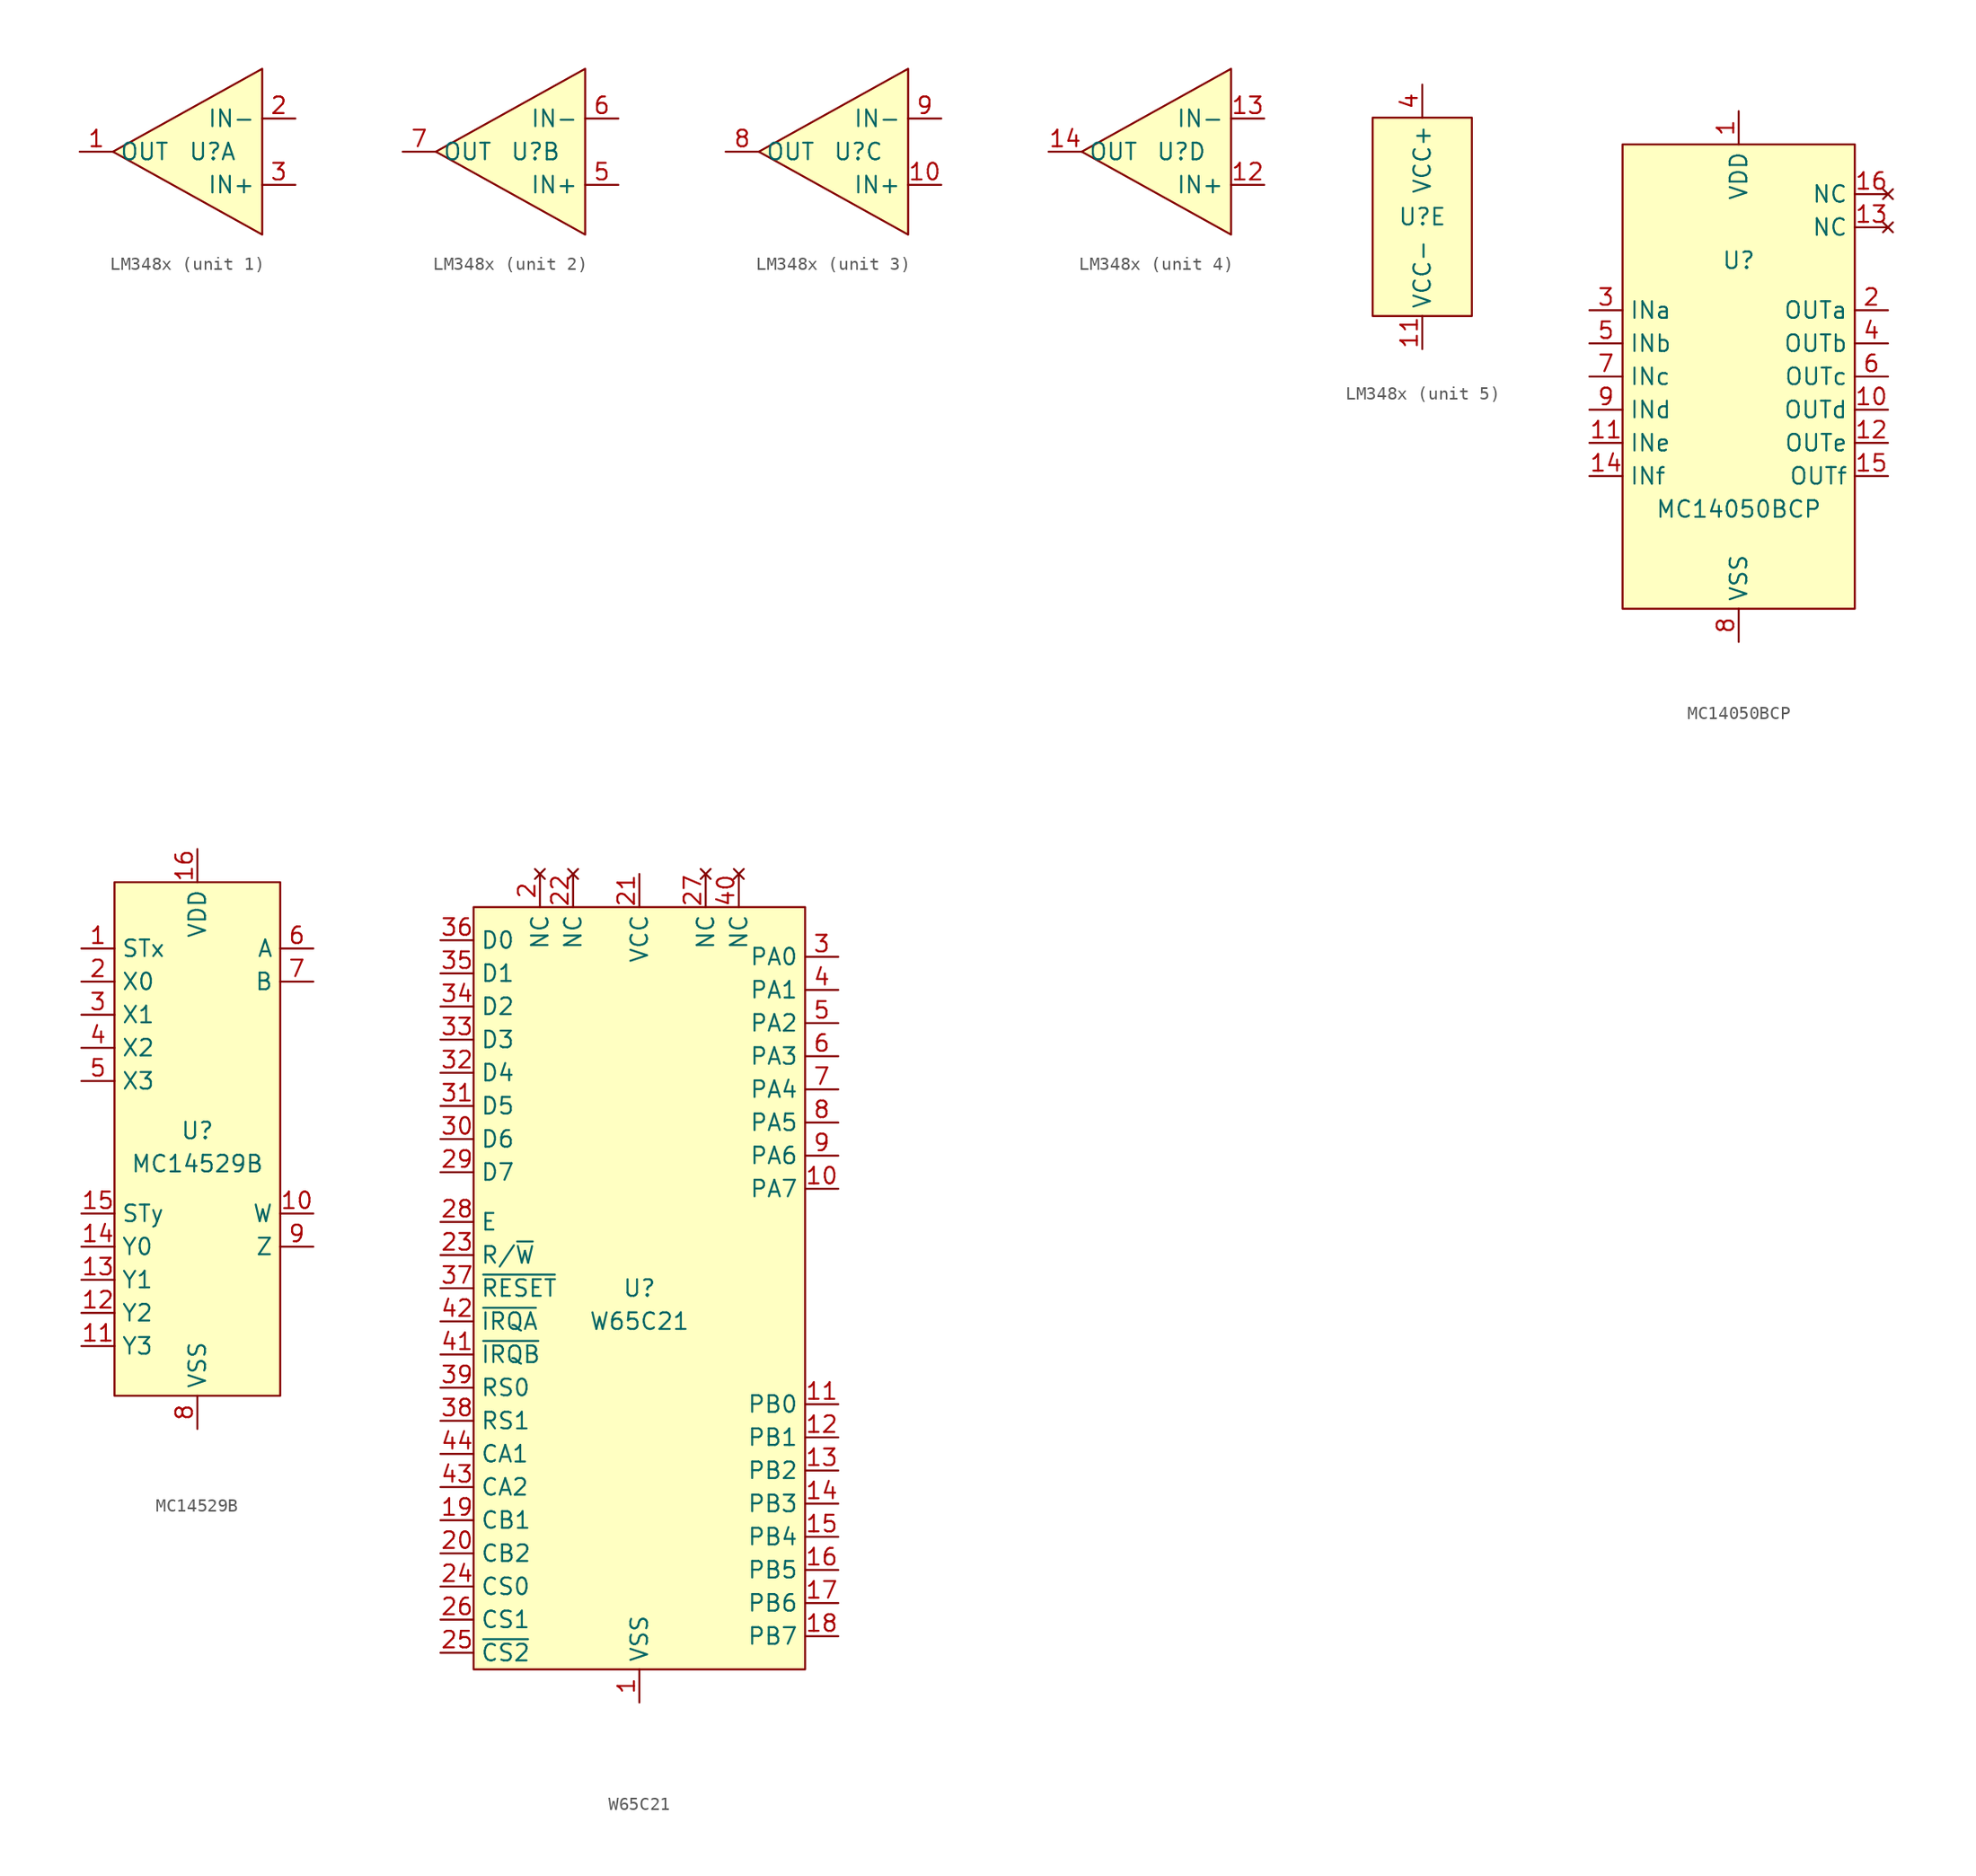
<source format=kicad_sym>
(kicad_symbol_lib
  (version 20220914)
  (generator kicad_symbol_editor)
  (symbol "LM348x"
    (property "Reference" "U"
      (at 0 0 0)
      (effects (font (size 1.27 1.27))))
    (property "Value" ""
      (at -1.27 0 0)
      (effects (font (size 1.27 1.27))))
    (property "ki_locked" ""
      (at 0 0 0)
      (effects (font (size 1.27 1.27))))
    (symbol "LM348x_1_1"
      (polyline (pts (xy -7.62 0) (xy 3.81 6.35) (xy 3.81 -6.35) (xy -7.62 0)) (stroke (width 0) (type default)) (fill (type background)))
      (pin output line (at -10.16 0 0) (length 2.54) (name "OUT" (effects (font (size 1.27 1.27)))) (number "1" (effects (font (size 1.27 1.27)))))
      (pin input line (at 6.35 2.54 180) (length 2.54) (name "IN-" (effects (font (size 1.27 1.27)))) (number "2" (effects (font (size 1.27 1.27)))))
      (pin input line (at 6.35 -2.54 180) (length 2.54) (name "IN+" (effects (font (size 1.27 1.27)))) (number "3" (effects (font (size 1.27 1.27))))))
    (symbol "LM348x_2_1"
      (polyline (pts (xy -7.62 0) (xy 3.81 6.35) (xy 3.81 -6.35) (xy -7.62 0)) (stroke (width 0) (type default)) (fill (type background)))
      (pin input line (at 6.35 -2.54 180) (length 2.54) (name "IN+" (effects (font (size 1.27 1.27)))) (number "5" (effects (font (size 1.27 1.27)))))
      (pin input line (at 6.35 2.54 180) (length 2.54) (name "IN-" (effects (font (size 1.27 1.27)))) (number "6" (effects (font (size 1.27 1.27)))))
      (pin output line (at -10.16 0 0) (length 2.54) (name "OUT" (effects (font (size 1.27 1.27)))) (number "7" (effects (font (size 1.27 1.27))))))
    (symbol "LM348x_3_1"
      (polyline (pts (xy -7.62 0) (xy 3.81 6.35) (xy 3.81 -6.35) (xy -7.62 0)) (stroke (width 0) (type default)) (fill (type background)))
      (pin input line (at 6.35 -2.54 180) (length 2.54) (name "IN+" (effects (font (size 1.27 1.27)))) (number "10" (effects (font (size 1.27 1.27)))))
      (pin output line (at -10.16 0 0) (length 2.54) (name "OUT" (effects (font (size 1.27 1.27)))) (number "8" (effects (font (size 1.27 1.27)))))
      (pin input line (at 6.35 2.54 180) (length 2.54) (name "IN-" (effects (font (size 1.27 1.27)))) (number "9" (effects (font (size 1.27 1.27))))))
    (symbol "LM348x_4_1"
      (polyline (pts (xy -7.62 0) (xy 3.81 6.35) (xy 3.81 -6.35) (xy -7.62 0)) (stroke (width 0) (type default)) (fill (type background)))
      (pin input line (at 6.35 -2.54 180) (length 2.54) (name "IN+" (effects (font (size 1.27 1.27)))) (number "12" (effects (font (size 1.27 1.27)))))
      (pin input line (at 6.35 2.54 180) (length 2.54) (name "IN-" (effects (font (size 1.27 1.27)))) (number "13" (effects (font (size 1.27 1.27)))))
      (pin output line (at -10.16 0 0) (length 2.54) (name "OUT" (effects (font (size 1.27 1.27)))) (number "14" (effects (font (size 1.27 1.27))))))
    (symbol "LM348x_5_1"
      (rectangle (start -3.81 7.62) (end 3.81 -7.62) (stroke (width 0) (type default)) (fill (type background)))
      (pin power_in line (at 0 -10.16 90) (length 2.54) (name "VCC-" (effects (font (size 1.27 1.27)))) (number "11" (effects (font (size 1.27 1.27)))))
      (pin power_in line (at 0 10.16 270) (length 2.54) (name "VCC+" (effects (font (size 1.27 1.27)))) (number "4" (effects (font (size 1.27 1.27)))))))
  (symbol "MC14050BCP"
    (property "Reference" "U"
      (at 0 8.89 0)
      (effects (font (size 1.27 1.27))))
    (property "Value" "MC14050BCP"
      (at 0 -10.16 0)
      (effects (font (size 1.27 1.27))))
    (symbol "MC14050BCP_0_1"
      (rectangle (start -8.89 17.78) (end 8.89 -17.78) (stroke (width 0) (type default)) (fill (type background))))
    (symbol "MC14050BCP_1_1"
      (pin power_in line (at 0 20.32 270) (length 2.54) (name "VDD" (effects (font (size 1.27 1.27)))) (number "1" (effects (font (size 1.27 1.27)))))
      (pin output line (at 11.43 -2.54 180) (length 2.54) (name "OUTd" (effects (font (size 1.27 1.27)))) (number "10" (effects (font (size 1.27 1.27)))))
      (pin input line (at -11.43 -5.08 0) (length 2.54) (name "INe" (effects (font (size 1.27 1.27)))) (number "11" (effects (font (size 1.27 1.27)))))
      (pin output line (at 11.43 -5.08 180) (length 2.54) (name "OUTe" (effects (font (size 1.27 1.27)))) (number "12" (effects (font (size 1.27 1.27)))))
      (pin no_connect line (at 11.43 11.43 180) (length 2.54) (name "NC" (effects (font (size 1.27 1.27)))) (number "13" (effects (font (size 1.27 1.27)))))
      (pin input line (at -11.43 -7.62 0) (length 2.54) (name "INf" (effects (font (size 1.27 1.27)))) (number "14" (effects (font (size 1.27 1.27)))))
      (pin output line (at 11.43 -7.62 180) (length 2.54) (name "OUTf" (effects (font (size 1.27 1.27)))) (number "15" (effects (font (size 1.27 1.27)))))
      (pin no_connect line (at 11.43 13.97 180) (length 2.54) (name "NC" (effects (font (size 1.27 1.27)))) (number "16" (effects (font (size 1.27 1.27)))))
      (pin output line (at 11.43 5.08 180) (length 2.54) (name "OUTa" (effects (font (size 1.27 1.27)))) (number "2" (effects (font (size 1.27 1.27)))))
      (pin input line (at -11.43 5.08 0) (length 2.54) (name "INa" (effects (font (size 1.27 1.27)))) (number "3" (effects (font (size 1.27 1.27)))))
      (pin output line (at 11.43 2.54 180) (length 2.54) (name "OUTb" (effects (font (size 1.27 1.27)))) (number "4" (effects (font (size 1.27 1.27)))))
      (pin input line (at -11.43 2.54 0) (length 2.54) (name "INb" (effects (font (size 1.27 1.27)))) (number "5" (effects (font (size 1.27 1.27)))))
      (pin output line (at 11.43 0 180) (length 2.54) (name "OUTc" (effects (font (size 1.27 1.27)))) (number "6" (effects (font (size 1.27 1.27)))))
      (pin input line (at -11.43 0 0) (length 2.54) (name "INc" (effects (font (size 1.27 1.27)))) (number "7" (effects (font (size 1.27 1.27)))))
      (pin power_in line (at 0 -20.32 90) (length 2.54) (name "VSS" (effects (font (size 1.27 1.27)))) (number "8" (effects (font (size 1.27 1.27)))))
      (pin input line (at -11.43 -2.54 0) (length 2.54) (name "INd" (effects (font (size 1.27 1.27)))) (number "9" (effects (font (size 1.27 1.27)))))))
  (symbol "MC14529B"
    (property "Reference" "U"
      (at 0 1.27 0)
      (effects (font (size 1.27 1.27))))
    (property "Value" "MC14529B"
      (at 0 -1.27 0)
      (effects (font (size 1.27 1.27))))
    (symbol "MC14529B_0_1"
      (rectangle (start -6.35 20.32) (end 6.35 -19.05) (stroke (width 0) (type default)) (fill (type background))))
    (symbol "MC14529B_1_1"
      (pin input line (at -8.89 15.24 0) (length 2.54) (name "STx" (effects (font (size 1.27 1.27)))) (number "1" (effects (font (size 1.27 1.27)))))
      (pin output line (at 8.89 -5.08 180) (length 2.54) (name "W" (effects (font (size 1.27 1.27)))) (number "10" (effects (font (size 1.27 1.27)))))
      (pin input line (at -8.89 -15.24 0) (length 2.54) (name "Y3" (effects (font (size 1.27 1.27)))) (number "11" (effects (font (size 1.27 1.27)))))
      (pin input line (at -8.89 -12.7 0) (length 2.54) (name "Y2" (effects (font (size 1.27 1.27)))) (number "12" (effects (font (size 1.27 1.27)))))
      (pin input line (at -8.89 -10.16 0) (length 2.54) (name "Y1" (effects (font (size 1.27 1.27)))) (number "13" (effects (font (size 1.27 1.27)))))
      (pin input line (at -8.89 -7.62 0) (length 2.54) (name "Y0" (effects (font (size 1.27 1.27)))) (number "14" (effects (font (size 1.27 1.27)))))
      (pin input line (at -8.89 -5.08 0) (length 2.54) (name "STy" (effects (font (size 1.27 1.27)))) (number "15" (effects (font (size 1.27 1.27)))))
      (pin power_in line (at 0 22.86 270) (length 2.54) (name "VDD" (effects (font (size 1.27 1.27)))) (number "16" (effects (font (size 1.27 1.27)))))
      (pin input line (at -8.89 12.7 0) (length 2.54) (name "X0" (effects (font (size 1.27 1.27)))) (number "2" (effects (font (size 1.27 1.27)))))
      (pin input line (at -8.89 10.16 0) (length 2.54) (name "X1" (effects (font (size 1.27 1.27)))) (number "3" (effects (font (size 1.27 1.27)))))
      (pin input line (at -8.89 7.62 0) (length 2.54) (name "X2" (effects (font (size 1.27 1.27)))) (number "4" (effects (font (size 1.27 1.27)))))
      (pin input line (at -8.89 5.08 0) (length 2.54) (name "X3" (effects (font (size 1.27 1.27)))) (number "5" (effects (font (size 1.27 1.27)))))
      (pin output line (at 8.89 15.24 180) (length 2.54) (name "A" (effects (font (size 1.27 1.27)))) (number "6" (effects (font (size 1.27 1.27)))))
      (pin output line (at 8.89 12.7 180) (length 2.54) (name "B" (effects (font (size 1.27 1.27)))) (number "7" (effects (font (size 1.27 1.27)))))
      (pin power_in line (at 0 -21.59 90) (length 2.54) (name "VSS" (effects (font (size 1.27 1.27)))) (number "8" (effects (font (size 1.27 1.27)))))
      (pin output line (at 8.89 -7.62 180) (length 2.54) (name "Z" (effects (font (size 1.27 1.27)))) (number "9" (effects (font (size 1.27 1.27)))))))
  (symbol "W65C21"
    (property "Reference" "U"
      (at 0 1.27 0)
      (effects (font (size 1.27 1.27))))
    (property "Value" "W65C21"
      (at 0 -1.27 0)
      (effects (font (size 1.27 1.27))))
    (symbol "W65C21_0_1"
      (rectangle (start -12.7 30.48) (end 12.7 -27.94) (stroke (width 0) (type default)) (fill (type background))))
    (symbol "W65C21_1_0"
      (pin output line (at -15.24 -3.81 0) (length 2.54) (name "~{IRQB}" (effects (font (size 1.27 1.27)))) (number "41" (effects (font (size 1.27 1.27)))))
      (pin output line (at -15.24 -1.27 0) (length 2.54) (name "~{IRQA}" (effects (font (size 1.27 1.27)))) (number "42" (effects (font (size 1.27 1.27)))))
      (pin input line (at -15.24 -13.97 0) (length 2.54) (name "CA2" (effects (font (size 1.27 1.27)))) (number "43" (effects (font (size 1.27 1.27)))))
      (pin input line (at -15.24 -11.43 0) (length 2.54) (name "CA1" (effects (font (size 1.27 1.27)))) (number "44" (effects (font (size 1.27 1.27))))))
    (symbol "W65C21_1_1"
      (pin passive line (at 0 -30.48 90) (length 2.54) (name "VSS" (effects (font (size 1.27 1.27)))) (number "1" (effects (font (size 1.27 1.27)))))
      (pin bidirectional line (at 15.24 8.89 180) (length 2.54) (name "PA7" (effects (font (size 1.27 1.27)))) (number "10" (effects (font (size 1.27 1.27)))))
      (pin bidirectional line (at 15.24 -7.62 180) (length 2.54) (name "PB0" (effects (font (size 1.27 1.27)))) (number "11" (effects (font (size 1.27 1.27)))))
      (pin bidirectional line (at 15.24 -10.16 180) (length 2.54) (name "PB1" (effects (font (size 1.27 1.27)))) (number "12" (effects (font (size 1.27 1.27)))))
      (pin bidirectional line (at 15.24 -12.7 180) (length 2.54) (name "PB2" (effects (font (size 1.27 1.27)))) (number "13" (effects (font (size 1.27 1.27)))))
      (pin bidirectional line (at 15.24 -15.24 180) (length 2.54) (name "PB3" (effects (font (size 1.27 1.27)))) (number "14" (effects (font (size 1.27 1.27)))))
      (pin bidirectional line (at 15.24 -17.78 180) (length 2.54) (name "PB4" (effects (font (size 1.27 1.27)))) (number "15" (effects (font (size 1.27 1.27)))))
      (pin bidirectional line (at 15.24 -20.32 180) (length 2.54) (name "PB5" (effects (font (size 1.27 1.27)))) (number "16" (effects (font (size 1.27 1.27)))))
      (pin bidirectional line (at 15.24 -22.86 180) (length 2.54) (name "PB6" (effects (font (size 1.27 1.27)))) (number "17" (effects (font (size 1.27 1.27)))))
      (pin bidirectional line (at 15.24 -25.4 180) (length 2.54) (name "PB7" (effects (font (size 1.27 1.27)))) (number "18" (effects (font (size 1.27 1.27)))))
      (pin input line (at -15.24 -16.51 0) (length 2.54) (name "CB1" (effects (font (size 1.27 1.27)))) (number "19" (effects (font (size 1.27 1.27)))))
      (pin no_connect line (at -7.62 33.02 270) (length 2.54) (name "NC" (effects (font (size 1.27 1.27)))) (number "2" (effects (font (size 1.27 1.27)))))
      (pin input line (at -15.24 -19.05 0) (length 2.54) (name "CB2" (effects (font (size 1.27 1.27)))) (number "20" (effects (font (size 1.27 1.27)))))
      (pin passive line (at 0 33.02 270) (length 2.54) (name "VCC" (effects (font (size 1.27 1.27)))) (number "21" (effects (font (size 1.27 1.27)))))
      (pin no_connect line (at -5.08 33.02 270) (length 2.54) (name "NC" (effects (font (size 1.27 1.27)))) (number "22" (effects (font (size 1.27 1.27)))))
      (pin input line (at -15.24 3.81 0) (length 2.54) (name "R/~{W}" (effects (font (size 1.27 1.27)))) (number "23" (effects (font (size 1.27 1.27)))))
      (pin input line (at -15.24 -21.59 0) (length 2.54) (name "CS0" (effects (font (size 1.27 1.27)))) (number "24" (effects (font (size 1.27 1.27)))))
      (pin input line (at -15.24 -26.67 0) (length 2.54) (name "~{CS2}" (effects (font (size 1.27 1.27)))) (number "25" (effects (font (size 1.27 1.27)))))
      (pin input line (at -15.24 -24.13 0) (length 2.54) (name "CS1" (effects (font (size 1.27 1.27)))) (number "26" (effects (font (size 1.27 1.27)))))
      (pin no_connect line (at 5.08 33.02 270) (length 2.54) (name "NC" (effects (font (size 1.27 1.27)))) (number "27" (effects (font (size 1.27 1.27)))))
      (pin input line (at -15.24 6.35 0) (length 2.54) (name "E" (effects (font (size 1.27 1.27)))) (number "28" (effects (font (size 1.27 1.27)))))
      (pin bidirectional line (at -15.24 10.16 0) (length 2.54) (name "D7" (effects (font (size 1.27 1.27)))) (number "29" (effects (font (size 1.27 1.27)))))
      (pin bidirectional line (at 15.24 26.67 180) (length 2.54) (name "PA0" (effects (font (size 1.27 1.27)))) (number "3" (effects (font (size 1.27 1.27)))))
      (pin bidirectional line (at -15.24 12.7 0) (length 2.54) (name "D6" (effects (font (size 1.27 1.27)))) (number "30" (effects (font (size 1.27 1.27)))))
      (pin bidirectional line (at -15.24 15.24 0) (length 2.54) (name "D5" (effects (font (size 1.27 1.27)))) (number "31" (effects (font (size 1.27 1.27)))))
      (pin bidirectional line (at -15.24 17.78 0) (length 2.54) (name "D4" (effects (font (size 1.27 1.27)))) (number "32" (effects (font (size 1.27 1.27)))))
      (pin bidirectional line (at -15.24 20.32 0) (length 2.54) (name "D3" (effects (font (size 1.27 1.27)))) (number "33" (effects (font (size 1.27 1.27)))))
      (pin bidirectional line (at -15.24 22.86 0) (length 2.54) (name "D2" (effects (font (size 1.27 1.27)))) (number "34" (effects (font (size 1.27 1.27)))))
      (pin bidirectional line (at -15.24 25.4 0) (length 2.54) (name "D1" (effects (font (size 1.27 1.27)))) (number "35" (effects (font (size 1.27 1.27)))))
      (pin bidirectional line (at -15.24 27.94 0) (length 2.54) (name "D0" (effects (font (size 1.27 1.27)))) (number "36" (effects (font (size 1.27 1.27)))))
      (pin input line (at -15.24 1.27 0) (length 2.54) (name "~{RESET}" (effects (font (size 1.27 1.27)))) (number "37" (effects (font (size 1.27 1.27)))))
      (pin input line (at -15.24 -8.89 0) (length 2.54) (name "RS1" (effects (font (size 1.27 1.27)))) (number "38" (effects (font (size 1.27 1.27)))))
      (pin input line (at -15.24 -6.35 0) (length 2.54) (name "RS0" (effects (font (size 1.27 1.27)))) (number "39" (effects (font (size 1.27 1.27)))))
      (pin bidirectional line (at 15.24 24.13 180) (length 2.54) (name "PA1" (effects (font (size 1.27 1.27)))) (number "4" (effects (font (size 1.27 1.27)))))
      (pin no_connect line (at 7.62 33.02 270) (length 2.54) (name "NC" (effects (font (size 1.27 1.27)))) (number "40" (effects (font (size 1.27 1.27)))))
      (pin bidirectional line (at 15.24 21.59 180) (length 2.54) (name "PA2" (effects (font (size 1.27 1.27)))) (number "5" (effects (font (size 1.27 1.27)))))
      (pin bidirectional line (at 15.24 19.05 180) (length 2.54) (name "PA3" (effects (font (size 1.27 1.27)))) (number "6" (effects (font (size 1.27 1.27)))))
      (pin bidirectional line (at 15.24 16.51 180) (length 2.54) (name "PA4" (effects (font (size 1.27 1.27)))) (number "7" (effects (font (size 1.27 1.27)))))
      (pin bidirectional line (at 15.24 13.97 180) (length 2.54) (name "PA5" (effects (font (size 1.27 1.27)))) (number "8" (effects (font (size 1.27 1.27)))))
      (pin bidirectional line (at 15.24 11.43 180) (length 2.54) (name "PA6" (effects (font (size 1.27 1.27)))) (number "9" (effects (font (size 1.27 1.27))))))))
</source>
